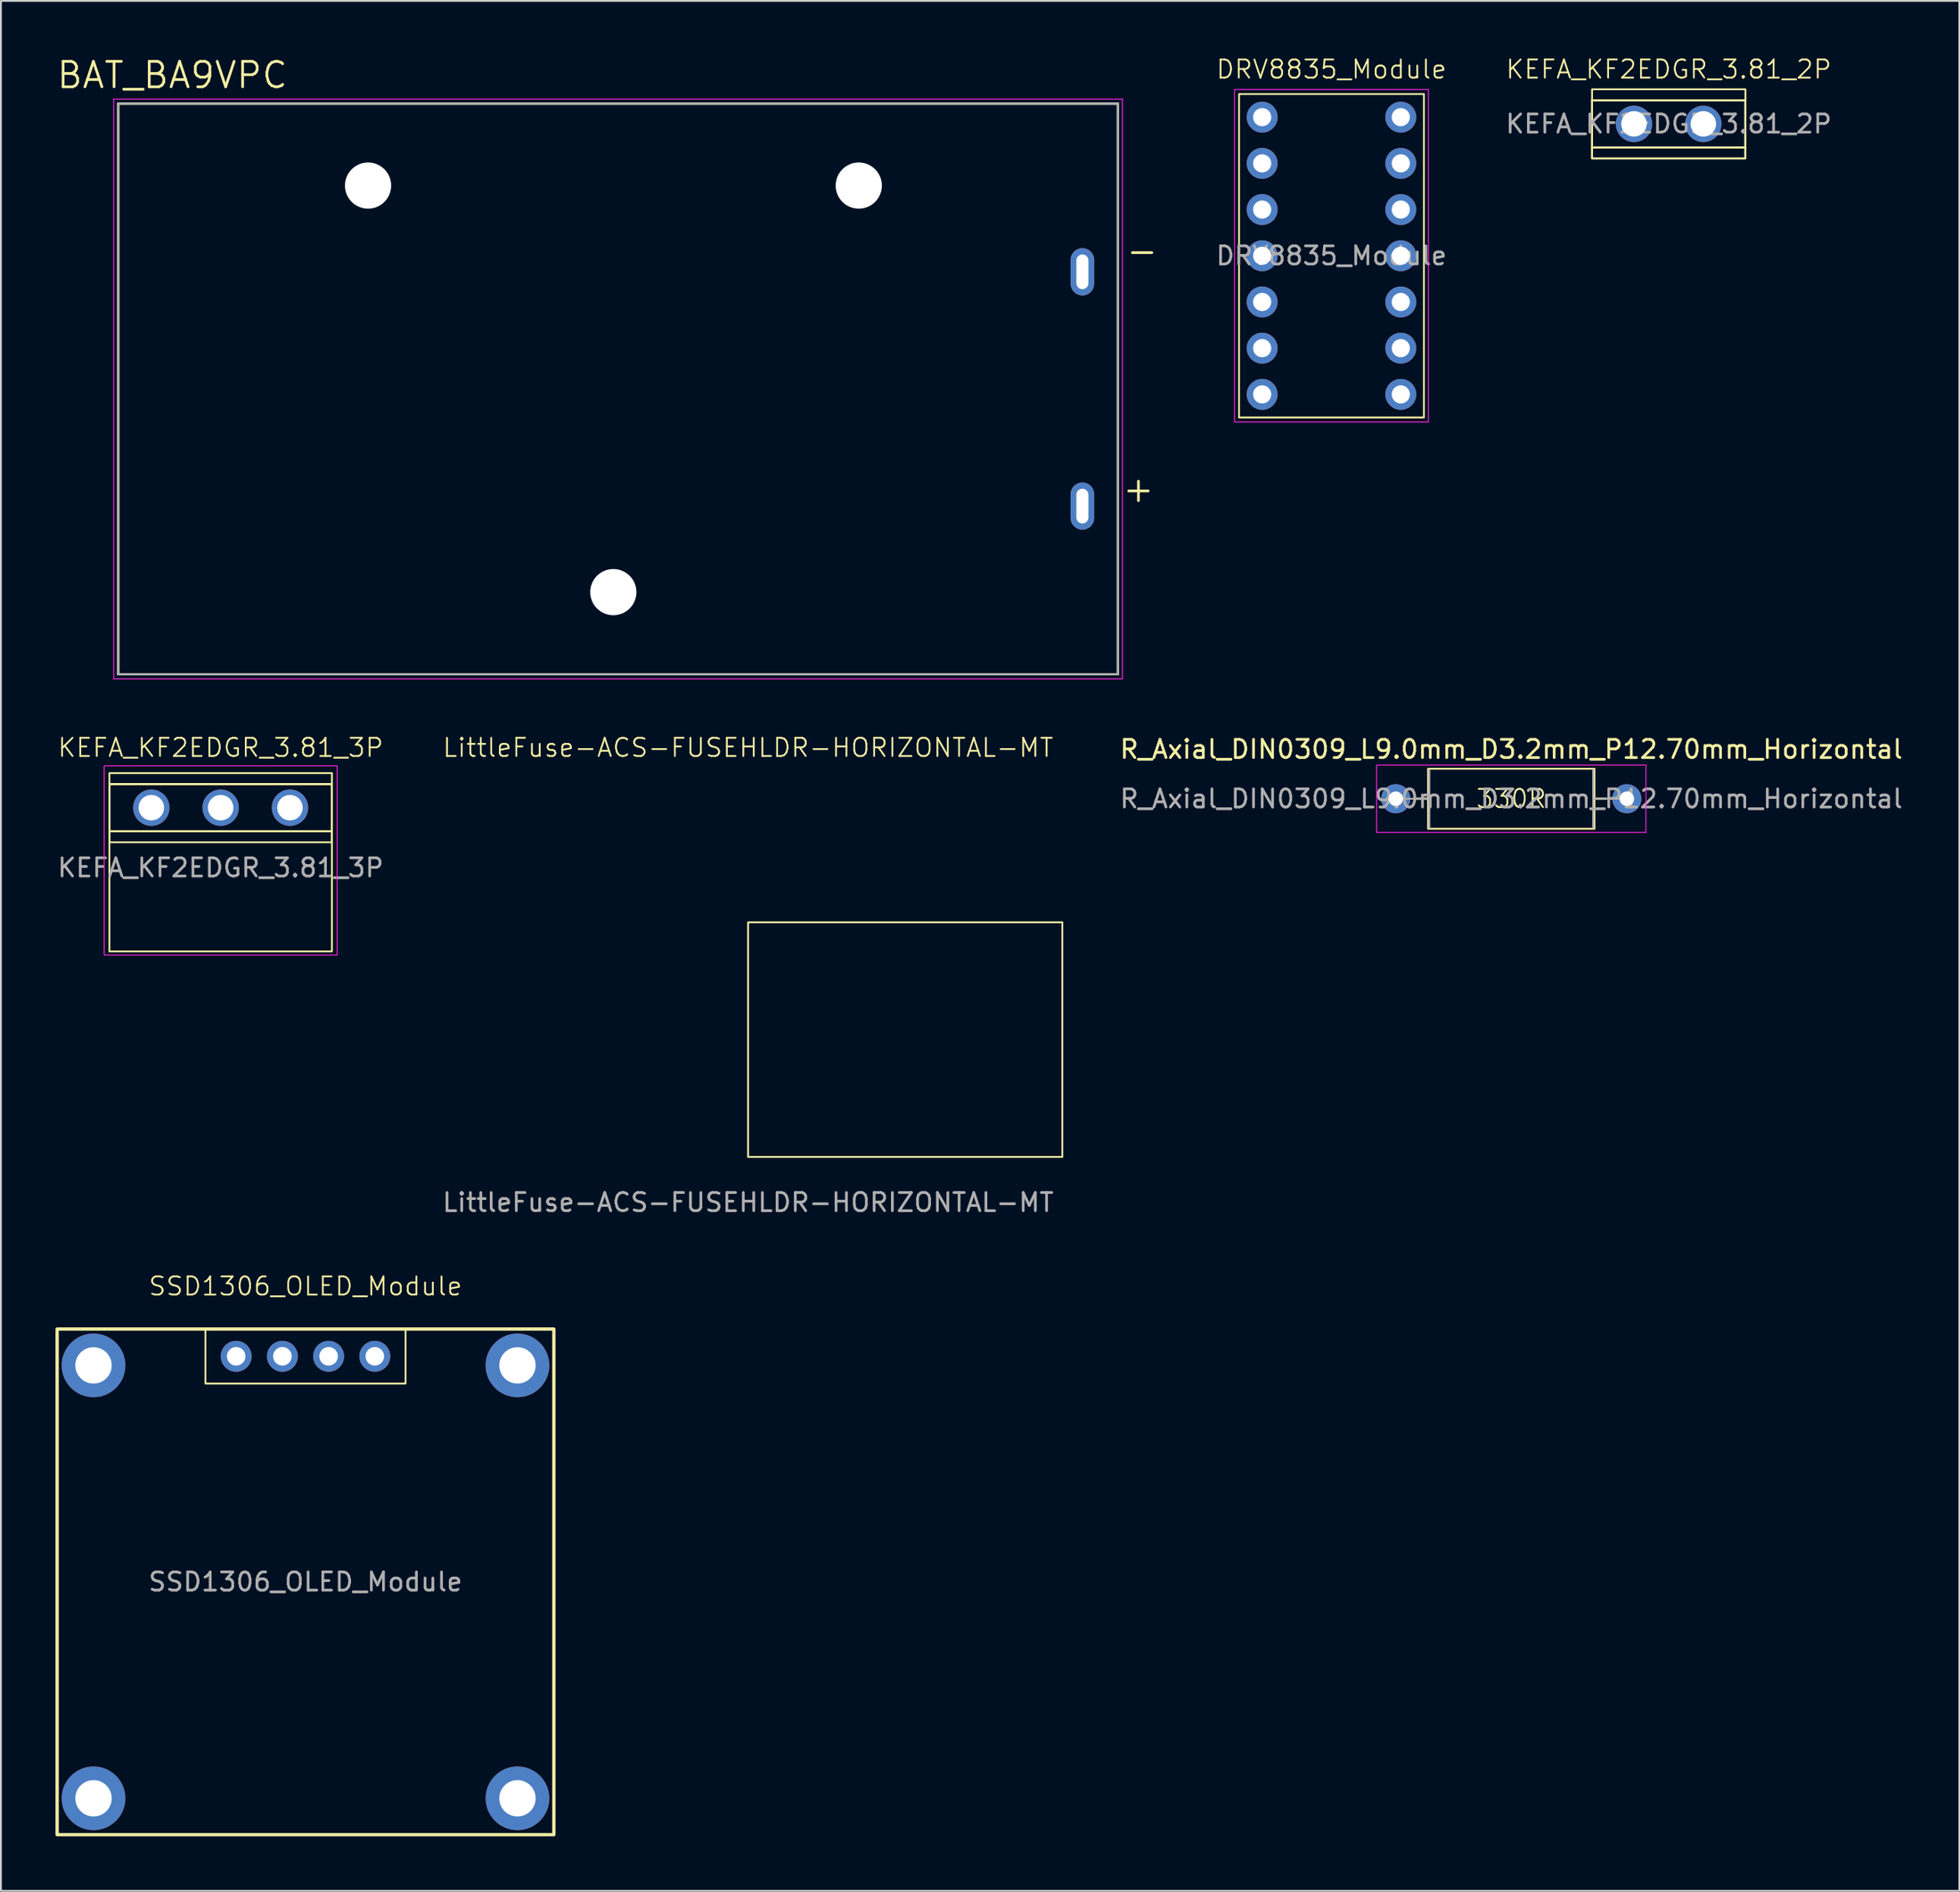
<source format=kicad_pcb>
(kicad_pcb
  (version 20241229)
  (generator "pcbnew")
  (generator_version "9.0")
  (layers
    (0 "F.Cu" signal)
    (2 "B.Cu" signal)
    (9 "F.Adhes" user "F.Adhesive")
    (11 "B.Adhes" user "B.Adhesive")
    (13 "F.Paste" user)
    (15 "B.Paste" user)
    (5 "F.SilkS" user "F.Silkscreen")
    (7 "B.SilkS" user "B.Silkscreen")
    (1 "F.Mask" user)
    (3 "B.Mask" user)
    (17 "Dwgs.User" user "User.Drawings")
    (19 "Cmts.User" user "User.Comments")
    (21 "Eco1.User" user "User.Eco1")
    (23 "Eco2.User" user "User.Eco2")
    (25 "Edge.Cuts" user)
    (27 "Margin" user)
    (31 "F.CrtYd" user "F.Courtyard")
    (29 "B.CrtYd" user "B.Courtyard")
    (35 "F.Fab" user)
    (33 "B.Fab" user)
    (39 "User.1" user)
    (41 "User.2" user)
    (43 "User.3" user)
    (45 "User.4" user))
  (footprint "KEFA_KF2EDGR_3.81_2P"
    (layer "F.Cu")
    (at 88.664 3.76)
    (property "Reference" "KEFA_KF2EDGR_3.81_2P" (at 0 -3 0) (unlocked yes) (layer "F.SilkS") (effects (font (size 1 1) (thickness 0.1))))
    (attr through_hole)
    (fp_rect (start -4.215 -1.9) (end 4.215 -1.3) (stroke (width 0.1) (type default)) (fill no) (layer "F.SilkS"))
    (fp_rect (start -4.215 -1.3) (end 4.205 1.9) (stroke (width 0.1) (type default)) (fill no) (layer "F.SilkS"))
    (fp_rect (start -4.215 -1.3) (end 4.215 1.3) (stroke (width 0.1) (type default)) (fill no) (layer "F.SilkS"))
    (fp_rect (start -4.215 1.3) (end 4.215 1.9) (stroke (width 0.1) (type default)) (fill no) (layer "F.SilkS"))
    (fp_text user "${REFERENCE}" (at 0 0 0) (unlocked yes) (layer "F.Fab") (effects (font (size 1 1) (thickness 0.15))))
    (pad "1" thru_hole circle (at -1.91 0) (size 2 2) (drill 1.4) (layers "*.Cu" "*.Mask"))
    (pad "2" thru_hole circle (at 1.9 0) (size 2 2) (drill 1.4) (layers "*.Cu" "*.Mask")))
  (footprint "LittleFuse-ACS-FUSEHLDR-HORIZONTAL-MT"
    (layer "F.Cu")
    (at 38.065 47.653)
    (property "Reference" "LittleFuse-ACS-FUSEHLDR-HORIZONTAL-MT" (at 0 -9.6 0) (unlocked yes) (layer "F.SilkS") (effects (font (size 1 1) (thickness 0.1))))
    (attr through_hole)
    (fp_rect (start 0 0) (end 17.27 12.9) (stroke (width 0.1) (type default)) (fill no) (layer "F.SilkS"))
    (fp_text user "${REFERENCE}" (at 0 15.4 0) (unlocked yes) (layer "F.Fab") (effects (font (size 1 1) (thickness 0.15)))))
  (footprint "SSD1306_OLED_Module"
    (layer "F.Cu")
    (at 13.74 83.912)
    (property "Reference" "SSD1306_OLED_Module" (at 0 -16.25 0) (unlocked yes) (layer "F.SilkS") (effects (font (size 1 1) (thickness 0.1))))
    (attr through_hole)
    (fp_rect (start -13.65 -13.9) (end 13.65 13.9) (stroke (width 0.18) (type default)) (fill no) (layer "F.SilkS"))
    (fp_rect (start -5.5 -13.9) (end 5.5 -10.9) (stroke (width 0.1) (type default)) (fill no) (layer "F.SilkS"))
    (fp_text user "${REFERENCE}" (at 0 0 0) (unlocked yes) (layer "F.Fab") (effects (font (size 1 1) (thickness 0.15))))
    (pad "1" thru_hole circle (at -3.81 -12.4 90) (size 1.7 1.7) (drill 1.02) (layers "*.Cu" "*.Mask"))
    (pad "2" thru_hole circle (at -1.27 -12.4 90) (size 1.7 1.7) (drill 1.02) (layers "*.Cu" "*.Mask"))
    (pad "3" thru_hole circle (at 1.27 -12.4 90) (size 1.7 1.7) (drill 1.02) (layers "*.Cu" "*.Mask"))
    (pad "4" thru_hole circle (at 3.81 -12.4 90) (size 1.7 1.7) (drill 1.02) (layers "*.Cu" "*.Mask"))
    (pad "5" thru_hole circle (at -11.65 -11.9) (size 3.5 3.5) (drill 2) (layers "*.Cu" "*.Mask"))
    (pad "6" thru_hole circle (at -11.65 11.9) (size 3.5 3.5) (drill 2) (layers "*.Cu" "*.Mask"))
    (pad "7" thru_hole circle (at 11.65 11.9) (size 3.5 3.5) (drill 2) (layers "*.Cu" "*.Mask"))
    (pad "8" thru_hole circle (at 11.65 -11.9) (size 3.5 3.5) (drill 2) (layers "*.Cu" "*.Mask")))
  (footprint "KEFA_KF2EDGR_3.81_3P"
    (layer "F.Cu")
    (at 9.077 44.653)
    (property "Reference" "KEFA_KF2EDGR_3.81_3P" (at 0 -6.6 0) (unlocked yes) (layer "F.SilkS") (effects (font (size 1 1) (thickness 0.1))))
    (attr through_hole)
    (fp_rect (start -6.115 -5.2) (end 6.115 -4.6) (stroke (width 0.1) (type default)) (fill no) (layer "F.SilkS"))
    (fp_rect (start -6.115 -4.6) (end 6.115 -2) (stroke (width 0.1) (type default)) (fill no) (layer "F.SilkS"))
    (fp_rect (start -6.115 -4.6) (end 6.115 4.6) (stroke (width 0.1) (type default)) (fill no) (layer "F.SilkS"))
    (fp_rect (start -6.115 -2) (end 6.115 -1.4) (stroke (width 0.1) (type default)) (fill no) (layer "F.SilkS"))
    (fp_rect (start -6.4 -5.6) (end 6.4 4.8) (stroke (width 0.05) (type default)) (fill no) (layer "F.CrtYd"))
    (fp_text user "${REFERENCE}" (at 0 0 0) (unlocked yes) (layer "F.Fab") (effects (font (size 1 1) (thickness 0.15))))
    (pad "1" thru_hole circle (at -3.81 -3.3) (size 2 2) (drill 1.4) (layers "*.Cu" "*.Mask"))
    (pad "2" thru_hole circle (at 0 -3.3) (size 2 2) (drill 1.4) (layers "*.Cu" "*.Mask"))
    (pad "3" thru_hole circle (at 3.81 -3.3) (size 2 2) (drill 1.4) (layers "*.Cu" "*.Mask")))
  (footprint "R_Axial_DIN0309_L9.0mm_D3.2mm_P12.70mm_Horizontal"
    (layer "F.Cu")
    (at 73.66 40.861)
    (property "Reference" "R_Axial_DIN0309_L9.0mm_D3.2mm_P12.70mm_Horizontal" (at 6.35 -2.72 0) (layer "F.SilkS") (effects (font (size 1 1) (thickness 0.15))))
    (attr through_hole)
    (fp_line (start 1.778 0) (end 1.143 0) (stroke (width 0.12) (type solid)) (layer "F.SilkS"))
    (fp_line (start 10.922 0) (end 11.557 0) (stroke (width 0.12) (type solid)) (layer "F.SilkS"))
    (fp_rect (start 1.778 -1.651) (end 10.922 1.651) (stroke (width 0.1) (type default)) (fill no) (layer "F.SilkS"))
    (fp_line (start -1.05 -1.85) (end -1.05 1.85) (stroke (width 0.05) (type solid)) (layer "F.CrtYd"))
    (fp_line (start -1.05 1.85) (end 13.75 1.85) (stroke (width 0.05) (type solid)) (layer "F.CrtYd"))
    (fp_line (start 13.75 -1.85) (end -1.05 -1.85) (stroke (width 0.05) (type solid)) (layer "F.CrtYd"))
    (fp_line (start 13.75 1.85) (end 13.75 -1.85) (stroke (width 0.05) (type solid)) (layer "F.CrtYd"))
    (fp_line (start 0 0) (end 1.85 0) (stroke (width 0.1) (type solid)) (layer "F.Fab"))
    (fp_line (start 1.85 -1.6) (end 1.85 1.6) (stroke (width 0.1) (type solid)) (layer "F.Fab"))
    (fp_line (start 10.85 1.6) (end 10.85 -1.6) (stroke (width 0.1) (type solid)) (layer "F.Fab"))
    (fp_line (start 12.7 0) (end 10.85 0) (stroke (width 0.1) (type solid)) (layer "F.Fab"))
    (fp_text user "330R" (at 6.35 0 0) (layer "F.SilkS") (effects (font (size 1 1) (thickness 0.1))))
    (fp_text user "${REFERENCE}" (at 6.35 0 0) (layer "F.Fab") (effects (font (size 1 1) (thickness 0.15))))
    (pad "1" thru_hole circle (at 0 0) (size 1.6 1.6) (drill 0.8) (layers "*.Cu" "*.Mask"))
    (pad "2" thru_hole oval (at 12.7 0) (size 1.6 1.6) (drill 0.8) (layers "*.Cu" "*.Mask")))
  (footprint "DRV8835_Module"
    (layer "F.Cu")
    (at 70.128 11.011)
    (property "Reference" "DRV8835_Module" (at 0 -10.25 0) (unlocked yes) (layer "F.SilkS") (effects (font (size 1 1) (thickness 0.1))))
    (attr through_hole)
    (fp_rect (start -5.08 -8.89) (end 5.08 8.89) (stroke (width 0.1) (type default)) (fill no) (layer "F.SilkS"))
    (fp_rect (start -5.33 -9.14) (end 5.33 9.14) (stroke (width 0.05) (type default)) (fill no) (layer "F.CrtYd"))
    (fp_text user "${REFERENCE}" (at 0 0 0) (unlocked yes) (layer "F.Fab") (effects (font (size 1 1) (thickness 0.15))))
    (pad "1" thru_hole circle (at -3.81 -7.62) (size 1.7 1.7) (drill 1) (layers "*.Cu" "*.Mask"))
    (pad "2" thru_hole circle (at -3.81 -5.08) (size 1.7 1.7) (drill 1) (layers "*.Cu" "*.Mask"))
    (pad "3" thru_hole circle (at -3.81 -2.54) (size 1.7 1.7) (drill 1) (layers "*.Cu" "*.Mask"))
    (pad "4" thru_hole circle (at -3.81 0) (size 1.7 1.7) (drill 1) (layers "*.Cu" "*.Mask"))
    (pad "5" thru_hole circle (at -3.81 2.54) (size 1.7 1.7) (drill 1) (layers "*.Cu" "*.Mask"))
    (pad "6" thru_hole circle (at -3.81 5.08) (size 1.7 1.7) (drill 1) (layers "*.Cu" "*.Mask"))
    (pad "7" thru_hole circle (at -3.81 7.62) (size 1.7 1.7) (drill 1) (layers "*.Cu" "*.Mask"))
    (pad "8" thru_hole circle (at 3.81 -7.62) (size 1.7 1.7) (drill 1) (layers "*.Cu" "*.Mask"))
    (pad "9" thru_hole circle (at 3.81 -5.08) (size 1.7 1.7) (drill 1) (layers "*.Cu" "*.Mask"))
    (pad "10" thru_hole circle (at 3.81 -2.54) (size 1.7 1.7) (drill 1) (layers "*.Cu" "*.Mask"))
    (pad "11" thru_hole circle (at 3.81 0) (size 1.7 1.7) (drill 1) (layers "*.Cu" "*.Mask"))
    (pad "12" thru_hole circle (at 3.81 2.54) (size 1.7 1.7) (drill 1) (layers "*.Cu" "*.Mask"))
    (pad "13" thru_hole circle (at 3.81 5.08) (size 1.7 1.7) (drill 1) (layers "*.Cu" "*.Mask"))
    (pad "14" thru_hole circle (at 3.81 7.62) (size 1.7 1.7) (drill 1) (layers "*.Cu" "*.Mask")))
  (footprint "BAT_BA9VPC"
    (layer "F.Cu")
    (at 30.918 18.332)
    (property "Reference" "BAT_BA9VPC" (at -24.5 -17.25 0) (layer "F.SilkS") (effects (font (size 1.4 1.4) (thickness 0.15))))
    (attr through_hole)
    (fp_line (start -27.47 -15.685) (end 27.47 -15.685) (stroke (width 0.127) (type solid)) (layer "F.SilkS"))
    (fp_line (start -27.47 15.685) (end -27.47 -15.685) (stroke (width 0.127) (type solid)) (layer "F.SilkS"))
    (fp_line (start 27.47 -15.685) (end 27.47 15.685) (stroke (width 0.127) (type solid)) (layer "F.SilkS"))
    (fp_line (start 27.47 15.685) (end -27.47 15.685) (stroke (width 0.127) (type solid)) (layer "F.SilkS"))
    (fp_line (start -27.72 -15.935) (end 27.72 -15.935) (stroke (width 0.05) (type solid)) (layer "F.CrtYd"))
    (fp_line (start -27.72 15.935) (end -27.72 -15.935) (stroke (width 0.05) (type solid)) (layer "F.CrtYd"))
    (fp_line (start 27.72 -15.935) (end 27.72 15.935) (stroke (width 0.05) (type solid)) (layer "F.CrtYd"))
    (fp_line (start 27.72 15.935) (end -27.72 15.935) (stroke (width 0.05) (type solid)) (layer "F.CrtYd"))
    (fp_line (start -27.47 -15.685) (end 27.47 -15.685) (stroke (width 0.127) (type solid)) (layer "F.Fab"))
    (fp_line (start -27.47 15.685) (end -27.47 -15.685) (stroke (width 0.127) (type solid)) (layer "F.Fab"))
    (fp_line (start 27.47 -15.685) (end 27.47 15.685) (stroke (width 0.127) (type solid)) (layer "F.Fab"))
    (fp_line (start 27.47 15.685) (end -27.47 15.685) (stroke (width 0.127) (type solid)) (layer "F.Fab"))
    (fp_text user "+" (at 28.6 5.5 0) (layer "F.SilkS") (effects (font (size 1.4 1.4) (thickness 0.15))))
    (fp_text user "-" (at 28.8 -7.6 0) (layer "F.SilkS") (effects (font (size 1.4 1.4) (thickness 0.15))))
    (pad "" np_thru_hole circle (at -13.74 -11.18) (size 2.54 2.54) (drill 2.54) (layers "*.Cu" "*.Mask"))
    (pad "" np_thru_hole circle (at -0.26 11.17) (size 2.54 2.54) (drill 2.54) (layers "*.Cu" "*.Mask"))
    (pad "" np_thru_hole circle (at 13.23 -11.18) (size 2.54 2.54) (drill 2.54) (layers "*.Cu" "*.Mask"))
    (pad "1" thru_hole oval (at 25.52 -6.44) (size 1.3 2.6) (drill oval 0.66 1.91) (layers "*.Cu" "*.Mask"))
    (pad "2" thru_hole oval (at 25.52 6.44) (size 1.3 2.6) (drill oval 0.66 1.91) (layers "*.Cu" "*.Mask")))
  (gr_rect
    (start -3 -3)
    (end 104.635 100.901)
    (stroke (width 0.1) (type default))
    (fill no)
    (layer "Edge.Cuts")))
</source>
